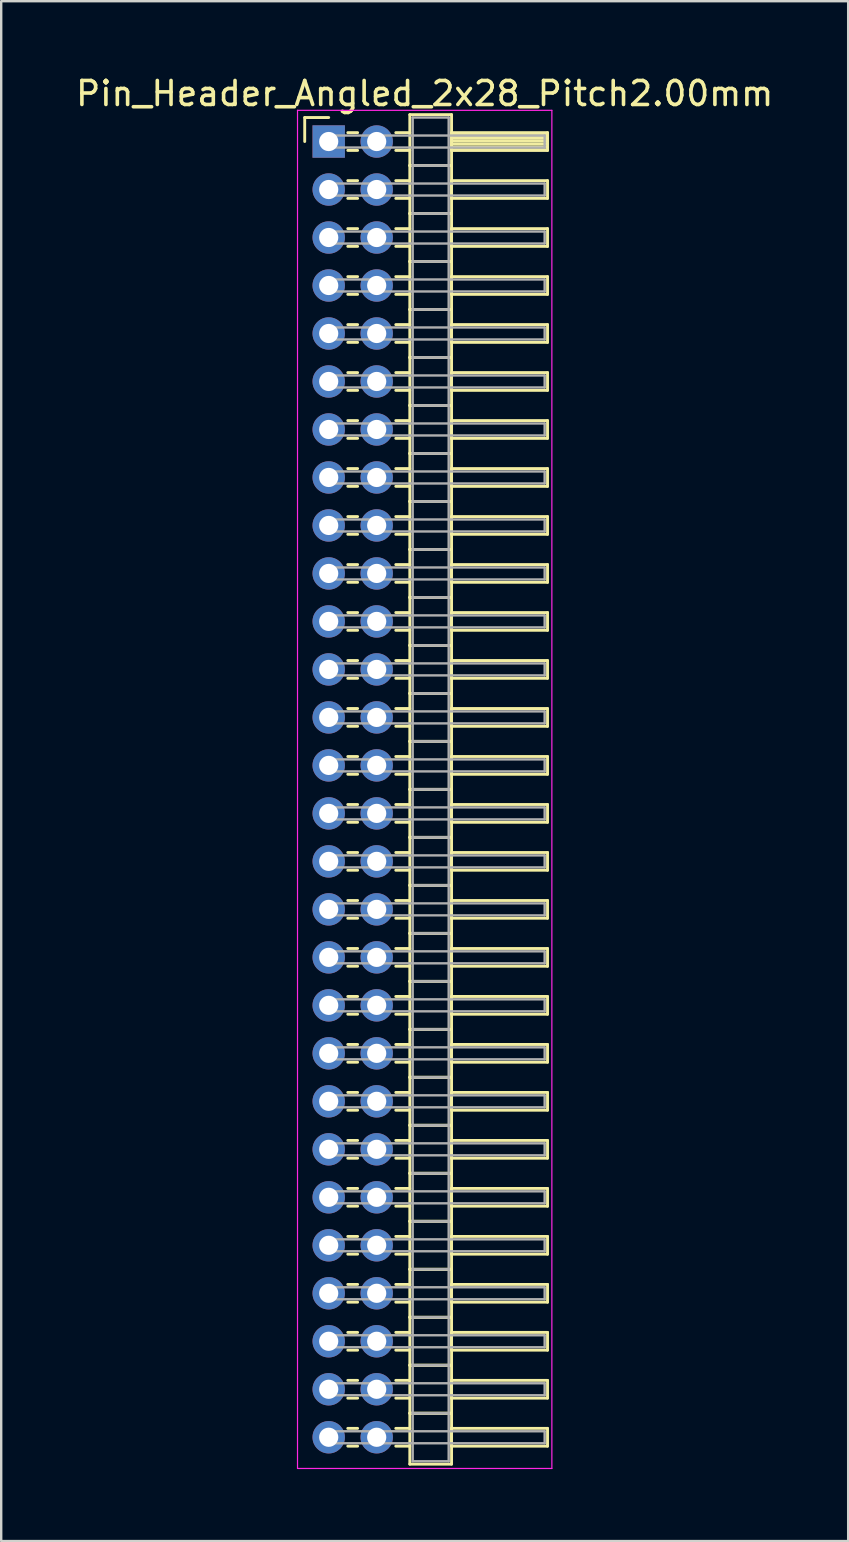
<source format=kicad_pcb>
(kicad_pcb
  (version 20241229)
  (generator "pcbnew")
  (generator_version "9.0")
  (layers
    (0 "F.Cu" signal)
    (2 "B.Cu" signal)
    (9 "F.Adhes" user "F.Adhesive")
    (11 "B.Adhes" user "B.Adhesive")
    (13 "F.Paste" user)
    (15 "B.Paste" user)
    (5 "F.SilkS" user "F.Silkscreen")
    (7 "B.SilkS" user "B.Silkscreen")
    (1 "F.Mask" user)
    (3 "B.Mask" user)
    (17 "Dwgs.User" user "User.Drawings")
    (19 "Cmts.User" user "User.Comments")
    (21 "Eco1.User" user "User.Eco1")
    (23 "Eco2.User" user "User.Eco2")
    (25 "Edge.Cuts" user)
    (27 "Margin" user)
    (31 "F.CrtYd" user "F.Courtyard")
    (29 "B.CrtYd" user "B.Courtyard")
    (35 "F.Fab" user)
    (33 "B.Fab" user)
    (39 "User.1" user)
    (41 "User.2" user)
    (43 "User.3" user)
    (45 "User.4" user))
  (footprint "Pin_Header_Angled_2x28_Pitch2.00mm"
    (layer "F.Cu")
    (at 10.649 2.848)
    (property "Reference" "Pin_Header_Angled_2x28_Pitch2.00mm" (at 4 -2 0) (layer "F.SilkS") (effects (font (size 1 1) (thickness 0.15))))
    (attr through_hole)
    (fp_line (start -1 -1) (end 0 -1) (stroke (width 0.12) (type solid)) (layer "F.SilkS"))
    (fp_line (start -1 0) (end -1 -1) (stroke (width 0.12) (type solid)) (layer "F.SilkS"))
    (fp_line (start 0.795 -0.37) (end 1.205 -0.37) (stroke (width 0.12) (type solid)) (layer "F.SilkS"))
    (fp_line (start 0.795 0.37) (end 1.205 0.37) (stroke (width 0.12) (type solid)) (layer "F.SilkS"))
    (fp_line (start 0.795 1.63) (end 1.205 1.63) (stroke (width 0.12) (type solid)) (layer "F.SilkS"))
    (fp_line (start 0.795 2.37) (end 1.205 2.37) (stroke (width 0.12) (type solid)) (layer "F.SilkS"))
    (fp_line (start 0.795 3.63) (end 1.205 3.63) (stroke (width 0.12) (type solid)) (layer "F.SilkS"))
    (fp_line (start 0.795 4.37) (end 1.205 4.37) (stroke (width 0.12) (type solid)) (layer "F.SilkS"))
    (fp_line (start 0.795 5.63) (end 1.205 5.63) (stroke (width 0.12) (type solid)) (layer "F.SilkS"))
    (fp_line (start 0.795 6.37) (end 1.205 6.37) (stroke (width 0.12) (type solid)) (layer "F.SilkS"))
    (fp_line (start 0.795 7.63) (end 1.205 7.63) (stroke (width 0.12) (type solid)) (layer "F.SilkS"))
    (fp_line (start 0.795 8.37) (end 1.205 8.37) (stroke (width 0.12) (type solid)) (layer "F.SilkS"))
    (fp_line (start 0.795 9.63) (end 1.205 9.63) (stroke (width 0.12) (type solid)) (layer "F.SilkS"))
    (fp_line (start 0.795 10.37) (end 1.205 10.37) (stroke (width 0.12) (type solid)) (layer "F.SilkS"))
    (fp_line (start 0.795 11.63) (end 1.205 11.63) (stroke (width 0.12) (type solid)) (layer "F.SilkS"))
    (fp_line (start 0.795 12.37) (end 1.205 12.37) (stroke (width 0.12) (type solid)) (layer "F.SilkS"))
    (fp_line (start 0.795 13.63) (end 1.205 13.63) (stroke (width 0.12) (type solid)) (layer "F.SilkS"))
    (fp_line (start 0.795 14.37) (end 1.205 14.37) (stroke (width 0.12) (type solid)) (layer "F.SilkS"))
    (fp_line (start 0.795 15.63) (end 1.205 15.63) (stroke (width 0.12) (type solid)) (layer "F.SilkS"))
    (fp_line (start 0.795 16.37) (end 1.205 16.37) (stroke (width 0.12) (type solid)) (layer "F.SilkS"))
    (fp_line (start 0.795 17.63) (end 1.205 17.63) (stroke (width 0.12) (type solid)) (layer "F.SilkS"))
    (fp_line (start 0.795 18.37) (end 1.205 18.37) (stroke (width 0.12) (type solid)) (layer "F.SilkS"))
    (fp_line (start 0.795 19.63) (end 1.205 19.63) (stroke (width 0.12) (type solid)) (layer "F.SilkS"))
    (fp_line (start 0.795 20.37) (end 1.205 20.37) (stroke (width 0.12) (type solid)) (layer "F.SilkS"))
    (fp_line (start 0.795 21.63) (end 1.205 21.63) (stroke (width 0.12) (type solid)) (layer "F.SilkS"))
    (fp_line (start 0.795 22.37) (end 1.205 22.37) (stroke (width 0.12) (type solid)) (layer "F.SilkS"))
    (fp_line (start 0.795 23.63) (end 1.205 23.63) (stroke (width 0.12) (type solid)) (layer "F.SilkS"))
    (fp_line (start 0.795 24.37) (end 1.205 24.37) (stroke (width 0.12) (type solid)) (layer "F.SilkS"))
    (fp_line (start 0.795 25.63) (end 1.205 25.63) (stroke (width 0.12) (type solid)) (layer "F.SilkS"))
    (fp_line (start 0.795 26.37) (end 1.205 26.37) (stroke (width 0.12) (type solid)) (layer "F.SilkS"))
    (fp_line (start 0.795 27.63) (end 1.205 27.63) (stroke (width 0.12) (type solid)) (layer "F.SilkS"))
    (fp_line (start 0.795 28.37) (end 1.205 28.37) (stroke (width 0.12) (type solid)) (layer "F.SilkS"))
    (fp_line (start 0.795 29.63) (end 1.205 29.63) (stroke (width 0.12) (type solid)) (layer "F.SilkS"))
    (fp_line (start 0.795 30.37) (end 1.205 30.37) (stroke (width 0.12) (type solid)) (layer "F.SilkS"))
    (fp_line (start 0.795 31.63) (end 1.205 31.63) (stroke (width 0.12) (type solid)) (layer "F.SilkS"))
    (fp_line (start 0.795 32.37) (end 1.205 32.37) (stroke (width 0.12) (type solid)) (layer "F.SilkS"))
    (fp_line (start 0.795 33.63) (end 1.205 33.63) (stroke (width 0.12) (type solid)) (layer "F.SilkS"))
    (fp_line (start 0.795 34.37) (end 1.205 34.37) (stroke (width 0.12) (type solid)) (layer "F.SilkS"))
    (fp_line (start 0.795 35.63) (end 1.205 35.63) (stroke (width 0.12) (type solid)) (layer "F.SilkS"))
    (fp_line (start 0.795 36.37) (end 1.205 36.37) (stroke (width 0.12) (type solid)) (layer "F.SilkS"))
    (fp_line (start 0.795 37.63) (end 1.205 37.63) (stroke (width 0.12) (type solid)) (layer "F.SilkS"))
    (fp_line (start 0.795 38.37) (end 1.205 38.37) (stroke (width 0.12) (type solid)) (layer "F.SilkS"))
    (fp_line (start 0.795 39.63) (end 1.205 39.63) (stroke (width 0.12) (type solid)) (layer "F.SilkS"))
    (fp_line (start 0.795 40.37) (end 1.205 40.37) (stroke (width 0.12) (type solid)) (layer "F.SilkS"))
    (fp_line (start 0.795 41.63) (end 1.205 41.63) (stroke (width 0.12) (type solid)) (layer "F.SilkS"))
    (fp_line (start 0.795 42.37) (end 1.205 42.37) (stroke (width 0.12) (type solid)) (layer "F.SilkS"))
    (fp_line (start 0.795 43.63) (end 1.205 43.63) (stroke (width 0.12) (type solid)) (layer "F.SilkS"))
    (fp_line (start 0.795 44.37) (end 1.205 44.37) (stroke (width 0.12) (type solid)) (layer "F.SilkS"))
    (fp_line (start 0.795 45.63) (end 1.205 45.63) (stroke (width 0.12) (type solid)) (layer "F.SilkS"))
    (fp_line (start 0.795 46.37) (end 1.205 46.37) (stroke (width 0.12) (type solid)) (layer "F.SilkS"))
    (fp_line (start 0.795 47.63) (end 1.205 47.63) (stroke (width 0.12) (type solid)) (layer "F.SilkS"))
    (fp_line (start 0.795 48.37) (end 1.205 48.37) (stroke (width 0.12) (type solid)) (layer "F.SilkS"))
    (fp_line (start 0.795 49.63) (end 1.205 49.63) (stroke (width 0.12) (type solid)) (layer "F.SilkS"))
    (fp_line (start 0.795 50.37) (end 1.205 50.37) (stroke (width 0.12) (type solid)) (layer "F.SilkS"))
    (fp_line (start 0.795 51.63) (end 1.205 51.63) (stroke (width 0.12) (type solid)) (layer "F.SilkS"))
    (fp_line (start 0.795 52.37) (end 1.205 52.37) (stroke (width 0.12) (type solid)) (layer "F.SilkS"))
    (fp_line (start 0.795 53.63) (end 1.205 53.63) (stroke (width 0.12) (type solid)) (layer "F.SilkS"))
    (fp_line (start 0.795 54.37) (end 1.205 54.37) (stroke (width 0.12) (type solid)) (layer "F.SilkS"))
    (fp_line (start 2.795 -0.37) (end 3.38 -0.37) (stroke (width 0.12) (type solid)) (layer "F.SilkS"))
    (fp_line (start 2.795 0.37) (end 3.38 0.37) (stroke (width 0.12) (type solid)) (layer "F.SilkS"))
    (fp_line (start 2.795 1.63) (end 3.38 1.63) (stroke (width 0.12) (type solid)) (layer "F.SilkS"))
    (fp_line (start 2.795 2.37) (end 3.38 2.37) (stroke (width 0.12) (type solid)) (layer "F.SilkS"))
    (fp_line (start 2.795 3.63) (end 3.38 3.63) (stroke (width 0.12) (type solid)) (layer "F.SilkS"))
    (fp_line (start 2.795 4.37) (end 3.38 4.37) (stroke (width 0.12) (type solid)) (layer "F.SilkS"))
    (fp_line (start 2.795 5.63) (end 3.38 5.63) (stroke (width 0.12) (type solid)) (layer "F.SilkS"))
    (fp_line (start 2.795 6.37) (end 3.38 6.37) (stroke (width 0.12) (type solid)) (layer "F.SilkS"))
    (fp_line (start 2.795 7.63) (end 3.38 7.63) (stroke (width 0.12) (type solid)) (layer "F.SilkS"))
    (fp_line (start 2.795 8.37) (end 3.38 8.37) (stroke (width 0.12) (type solid)) (layer "F.SilkS"))
    (fp_line (start 2.795 9.63) (end 3.38 9.63) (stroke (width 0.12) (type solid)) (layer "F.SilkS"))
    (fp_line (start 2.795 10.37) (end 3.38 10.37) (stroke (width 0.12) (type solid)) (layer "F.SilkS"))
    (fp_line (start 2.795 11.63) (end 3.38 11.63) (stroke (width 0.12) (type solid)) (layer "F.SilkS"))
    (fp_line (start 2.795 12.37) (end 3.38 12.37) (stroke (width 0.12) (type solid)) (layer "F.SilkS"))
    (fp_line (start 2.795 13.63) (end 3.38 13.63) (stroke (width 0.12) (type solid)) (layer "F.SilkS"))
    (fp_line (start 2.795 14.37) (end 3.38 14.37) (stroke (width 0.12) (type solid)) (layer "F.SilkS"))
    (fp_line (start 2.795 15.63) (end 3.38 15.63) (stroke (width 0.12) (type solid)) (layer "F.SilkS"))
    (fp_line (start 2.795 16.37) (end 3.38 16.37) (stroke (width 0.12) (type solid)) (layer "F.SilkS"))
    (fp_line (start 2.795 17.63) (end 3.38 17.63) (stroke (width 0.12) (type solid)) (layer "F.SilkS"))
    (fp_line (start 2.795 18.37) (end 3.38 18.37) (stroke (width 0.12) (type solid)) (layer "F.SilkS"))
    (fp_line (start 2.795 19.63) (end 3.38 19.63) (stroke (width 0.12) (type solid)) (layer "F.SilkS"))
    (fp_line (start 2.795 20.37) (end 3.38 20.37) (stroke (width 0.12) (type solid)) (layer "F.SilkS"))
    (fp_line (start 2.795 21.63) (end 3.38 21.63) (stroke (width 0.12) (type solid)) (layer "F.SilkS"))
    (fp_line (start 2.795 22.37) (end 3.38 22.37) (stroke (width 0.12) (type solid)) (layer "F.SilkS"))
    (fp_line (start 2.795 23.63) (end 3.38 23.63) (stroke (width 0.12) (type solid)) (layer "F.SilkS"))
    (fp_line (start 2.795 24.37) (end 3.38 24.37) (stroke (width 0.12) (type solid)) (layer "F.SilkS"))
    (fp_line (start 2.795 25.63) (end 3.38 25.63) (stroke (width 0.12) (type solid)) (layer "F.SilkS"))
    (fp_line (start 2.795 26.37) (end 3.38 26.37) (stroke (width 0.12) (type solid)) (layer "F.SilkS"))
    (fp_line (start 2.795 27.63) (end 3.38 27.63) (stroke (width 0.12) (type solid)) (layer "F.SilkS"))
    (fp_line (start 2.795 28.37) (end 3.38 28.37) (stroke (width 0.12) (type solid)) (layer "F.SilkS"))
    (fp_line (start 2.795 29.63) (end 3.38 29.63) (stroke (width 0.12) (type solid)) (layer "F.SilkS"))
    (fp_line (start 2.795 30.37) (end 3.38 30.37) (stroke (width 0.12) (type solid)) (layer "F.SilkS"))
    (fp_line (start 2.795 31.63) (end 3.38 31.63) (stroke (width 0.12) (type solid)) (layer "F.SilkS"))
    (fp_line (start 2.795 32.37) (end 3.38 32.37) (stroke (width 0.12) (type solid)) (layer "F.SilkS"))
    (fp_line (start 2.795 33.63) (end 3.38 33.63) (stroke (width 0.12) (type solid)) (layer "F.SilkS"))
    (fp_line (start 2.795 34.37) (end 3.38 34.37) (stroke (width 0.12) (type solid)) (layer "F.SilkS"))
    (fp_line (start 2.795 35.63) (end 3.38 35.63) (stroke (width 0.12) (type solid)) (layer "F.SilkS"))
    (fp_line (start 2.795 36.37) (end 3.38 36.37) (stroke (width 0.12) (type solid)) (layer "F.SilkS"))
    (fp_line (start 2.795 37.63) (end 3.38 37.63) (stroke (width 0.12) (type solid)) (layer "F.SilkS"))
    (fp_line (start 2.795 38.37) (end 3.38 38.37) (stroke (width 0.12) (type solid)) (layer "F.SilkS"))
    (fp_line (start 2.795 39.63) (end 3.38 39.63) (stroke (width 0.12) (type solid)) (layer "F.SilkS"))
    (fp_line (start 2.795 40.37) (end 3.38 40.37) (stroke (width 0.12) (type solid)) (layer "F.SilkS"))
    (fp_line (start 2.795 41.63) (end 3.38 41.63) (stroke (width 0.12) (type solid)) (layer "F.SilkS"))
    (fp_line (start 2.795 42.37) (end 3.38 42.37) (stroke (width 0.12) (type solid)) (layer "F.SilkS"))
    (fp_line (start 2.795 43.63) (end 3.38 43.63) (stroke (width 0.12) (type solid)) (layer "F.SilkS"))
    (fp_line (start 2.795 44.37) (end 3.38 44.37) (stroke (width 0.12) (type solid)) (layer "F.SilkS"))
    (fp_line (start 2.795 45.63) (end 3.38 45.63) (stroke (width 0.12) (type solid)) (layer "F.SilkS"))
    (fp_line (start 2.795 46.37) (end 3.38 46.37) (stroke (width 0.12) (type solid)) (layer "F.SilkS"))
    (fp_line (start 2.795 47.63) (end 3.38 47.63) (stroke (width 0.12) (type solid)) (layer "F.SilkS"))
    (fp_line (start 2.795 48.37) (end 3.38 48.37) (stroke (width 0.12) (type solid)) (layer "F.SilkS"))
    (fp_line (start 2.795 49.63) (end 3.38 49.63) (stroke (width 0.12) (type solid)) (layer "F.SilkS"))
    (fp_line (start 2.795 50.37) (end 3.38 50.37) (stroke (width 0.12) (type solid)) (layer "F.SilkS"))
    (fp_line (start 2.795 51.63) (end 3.38 51.63) (stroke (width 0.12) (type solid)) (layer "F.SilkS"))
    (fp_line (start 2.795 52.37) (end 3.38 52.37) (stroke (width 0.12) (type solid)) (layer "F.SilkS"))
    (fp_line (start 2.795 53.63) (end 3.38 53.63) (stroke (width 0.12) (type solid)) (layer "F.SilkS"))
    (fp_line (start 2.795 54.37) (end 3.38 54.37) (stroke (width 0.12) (type solid)) (layer "F.SilkS"))
    (fp_line (start 3.38 -1.12) (end 3.38 1) (stroke (width 0.12) (type solid)) (layer "F.SilkS"))
    (fp_line (start 3.38 1) (end 3.38 3) (stroke (width 0.12) (type solid)) (layer "F.SilkS"))
    (fp_line (start 3.38 1) (end 5.12 1) (stroke (width 0.12) (type solid)) (layer "F.SilkS"))
    (fp_line (start 3.38 3) (end 3.38 5) (stroke (width 0.12) (type solid)) (layer "F.SilkS"))
    (fp_line (start 3.38 3) (end 5.12 3) (stroke (width 0.12) (type solid)) (layer "F.SilkS"))
    (fp_line (start 3.38 5) (end 3.38 7) (stroke (width 0.12) (type solid)) (layer "F.SilkS"))
    (fp_line (start 3.38 5) (end 5.12 5) (stroke (width 0.12) (type solid)) (layer "F.SilkS"))
    (fp_line (start 3.38 7) (end 3.38 9) (stroke (width 0.12) (type solid)) (layer "F.SilkS"))
    (fp_line (start 3.38 7) (end 5.12 7) (stroke (width 0.12) (type solid)) (layer "F.SilkS"))
    (fp_line (start 3.38 9) (end 3.38 11) (stroke (width 0.12) (type solid)) (layer "F.SilkS"))
    (fp_line (start 3.38 9) (end 5.12 9) (stroke (width 0.12) (type solid)) (layer "F.SilkS"))
    (fp_line (start 3.38 11) (end 3.38 13) (stroke (width 0.12) (type solid)) (layer "F.SilkS"))
    (fp_line (start 3.38 11) (end 5.12 11) (stroke (width 0.12) (type solid)) (layer "F.SilkS"))
    (fp_line (start 3.38 13) (end 3.38 15) (stroke (width 0.12) (type solid)) (layer "F.SilkS"))
    (fp_line (start 3.38 13) (end 5.12 13) (stroke (width 0.12) (type solid)) (layer "F.SilkS"))
    (fp_line (start 3.38 15) (end 3.38 17) (stroke (width 0.12) (type solid)) (layer "F.SilkS"))
    (fp_line (start 3.38 15) (end 5.12 15) (stroke (width 0.12) (type solid)) (layer "F.SilkS"))
    (fp_line (start 3.38 17) (end 3.38 19) (stroke (width 0.12) (type solid)) (layer "F.SilkS"))
    (fp_line (start 3.38 17) (end 5.12 17) (stroke (width 0.12) (type solid)) (layer "F.SilkS"))
    (fp_line (start 3.38 19) (end 3.38 21) (stroke (width 0.12) (type solid)) (layer "F.SilkS"))
    (fp_line (start 3.38 19) (end 5.12 19) (stroke (width 0.12) (type solid)) (layer "F.SilkS"))
    (fp_line (start 3.38 21) (end 3.38 23) (stroke (width 0.12) (type solid)) (layer "F.SilkS"))
    (fp_line (start 3.38 21) (end 5.12 21) (stroke (width 0.12) (type solid)) (layer "F.SilkS"))
    (fp_line (start 3.38 23) (end 3.38 25) (stroke (width 0.12) (type solid)) (layer "F.SilkS"))
    (fp_line (start 3.38 23) (end 5.12 23) (stroke (width 0.12) (type solid)) (layer "F.SilkS"))
    (fp_line (start 3.38 25) (end 3.38 27) (stroke (width 0.12) (type solid)) (layer "F.SilkS"))
    (fp_line (start 3.38 25) (end 5.12 25) (stroke (width 0.12) (type solid)) (layer "F.SilkS"))
    (fp_line (start 3.38 27) (end 3.38 29) (stroke (width 0.12) (type solid)) (layer "F.SilkS"))
    (fp_line (start 3.38 27) (end 5.12 27) (stroke (width 0.12) (type solid)) (layer "F.SilkS"))
    (fp_line (start 3.38 29) (end 3.38 31) (stroke (width 0.12) (type solid)) (layer "F.SilkS"))
    (fp_line (start 3.38 29) (end 5.12 29) (stroke (width 0.12) (type solid)) (layer "F.SilkS"))
    (fp_line (start 3.38 31) (end 3.38 33) (stroke (width 0.12) (type solid)) (layer "F.SilkS"))
    (fp_line (start 3.38 31) (end 5.12 31) (stroke (width 0.12) (type solid)) (layer "F.SilkS"))
    (fp_line (start 3.38 33) (end 3.38 35) (stroke (width 0.12) (type solid)) (layer "F.SilkS"))
    (fp_line (start 3.38 33) (end 5.12 33) (stroke (width 0.12) (type solid)) (layer "F.SilkS"))
    (fp_line (start 3.38 35) (end 3.38 37) (stroke (width 0.12) (type solid)) (layer "F.SilkS"))
    (fp_line (start 3.38 35) (end 5.12 35) (stroke (width 0.12) (type solid)) (layer "F.SilkS"))
    (fp_line (start 3.38 37) (end 3.38 39) (stroke (width 0.12) (type solid)) (layer "F.SilkS"))
    (fp_line (start 3.38 37) (end 5.12 37) (stroke (width 0.12) (type solid)) (layer "F.SilkS"))
    (fp_line (start 3.38 39) (end 3.38 41) (stroke (width 0.12) (type solid)) (layer "F.SilkS"))
    (fp_line (start 3.38 39) (end 5.12 39) (stroke (width 0.12) (type solid)) (layer "F.SilkS"))
    (fp_line (start 3.38 41) (end 3.38 43) (stroke (width 0.12) (type solid)) (layer "F.SilkS"))
    (fp_line (start 3.38 41) (end 5.12 41) (stroke (width 0.12) (type solid)) (layer "F.SilkS"))
    (fp_line (start 3.38 43) (end 3.38 45) (stroke (width 0.12) (type solid)) (layer "F.SilkS"))
    (fp_line (start 3.38 43) (end 5.12 43) (stroke (width 0.12) (type solid)) (layer "F.SilkS"))
    (fp_line (start 3.38 45) (end 3.38 47) (stroke (width 0.12) (type solid)) (layer "F.SilkS"))
    (fp_line (start 3.38 45) (end 5.12 45) (stroke (width 0.12) (type solid)) (layer "F.SilkS"))
    (fp_line (start 3.38 47) (end 3.38 49) (stroke (width 0.12) (type solid)) (layer "F.SilkS"))
    (fp_line (start 3.38 47) (end 5.12 47) (stroke (width 0.12) (type solid)) (layer "F.SilkS"))
    (fp_line (start 3.38 49) (end 3.38 51) (stroke (width 0.12) (type solid)) (layer "F.SilkS"))
    (fp_line (start 3.38 49) (end 5.12 49) (stroke (width 0.12) (type solid)) (layer "F.SilkS"))
    (fp_line (start 3.38 51) (end 3.38 53) (stroke (width 0.12) (type solid)) (layer "F.SilkS"))
    (fp_line (start 3.38 51) (end 5.12 51) (stroke (width 0.12) (type solid)) (layer "F.SilkS"))
    (fp_line (start 3.38 53) (end 3.38 55.12) (stroke (width 0.12) (type solid)) (layer "F.SilkS"))
    (fp_line (start 3.38 53) (end 5.12 53) (stroke (width 0.12) (type solid)) (layer "F.SilkS"))
    (fp_line (start 3.38 55.12) (end 5.12 55.12) (stroke (width 0.12) (type solid)) (layer "F.SilkS"))
    (fp_line (start 5.12 -1.12) (end 3.38 -1.12) (stroke (width 0.12) (type solid)) (layer "F.SilkS"))
    (fp_line (start 5.12 -0.37) (end 5.12 0.37) (stroke (width 0.12) (type solid)) (layer "F.SilkS"))
    (fp_line (start 5.12 -0.25) (end 9.12 -0.25) (stroke (width 0.12) (type solid)) (layer "F.SilkS"))
    (fp_line (start 5.12 -0.13) (end 9.12 -0.13) (stroke (width 0.12) (type solid)) (layer "F.SilkS"))
    (fp_line (start 5.12 -0.01) (end 9.12 -0.01) (stroke (width 0.12) (type solid)) (layer "F.SilkS"))
    (fp_line (start 5.12 0.11) (end 9.12 0.11) (stroke (width 0.12) (type solid)) (layer "F.SilkS"))
    (fp_line (start 5.12 0.23) (end 9.12 0.23) (stroke (width 0.12) (type solid)) (layer "F.SilkS"))
    (fp_line (start 5.12 0.35) (end 9.12 0.35) (stroke (width 0.12) (type solid)) (layer "F.SilkS"))
    (fp_line (start 5.12 0.37) (end 9.12 0.37) (stroke (width 0.12) (type solid)) (layer "F.SilkS"))
    (fp_line (start 5.12 1) (end 3.38 1) (stroke (width 0.12) (type solid)) (layer "F.SilkS"))
    (fp_line (start 5.12 1) (end 5.12 -1.12) (stroke (width 0.12) (type solid)) (layer "F.SilkS"))
    (fp_line (start 5.12 1.63) (end 5.12 2.37) (stroke (width 0.12) (type solid)) (layer "F.SilkS"))
    (fp_line (start 5.12 2.37) (end 9.12 2.37) (stroke (width 0.12) (type solid)) (layer "F.SilkS"))
    (fp_line (start 5.12 3) (end 3.38 3) (stroke (width 0.12) (type solid)) (layer "F.SilkS"))
    (fp_line (start 5.12 3) (end 5.12 1) (stroke (width 0.12) (type solid)) (layer "F.SilkS"))
    (fp_line (start 5.12 3.63) (end 5.12 4.37) (stroke (width 0.12) (type solid)) (layer "F.SilkS"))
    (fp_line (start 5.12 4.37) (end 9.12 4.37) (stroke (width 0.12) (type solid)) (layer "F.SilkS"))
    (fp_line (start 5.12 5) (end 3.38 5) (stroke (width 0.12) (type solid)) (layer "F.SilkS"))
    (fp_line (start 5.12 5) (end 5.12 3) (stroke (width 0.12) (type solid)) (layer "F.SilkS"))
    (fp_line (start 5.12 5.63) (end 5.12 6.37) (stroke (width 0.12) (type solid)) (layer "F.SilkS"))
    (fp_line (start 5.12 6.37) (end 9.12 6.37) (stroke (width 0.12) (type solid)) (layer "F.SilkS"))
    (fp_line (start 5.12 7) (end 3.38 7) (stroke (width 0.12) (type solid)) (layer "F.SilkS"))
    (fp_line (start 5.12 7) (end 5.12 5) (stroke (width 0.12) (type solid)) (layer "F.SilkS"))
    (fp_line (start 5.12 7.63) (end 5.12 8.37) (stroke (width 0.12) (type solid)) (layer "F.SilkS"))
    (fp_line (start 5.12 8.37) (end 9.12 8.37) (stroke (width 0.12) (type solid)) (layer "F.SilkS"))
    (fp_line (start 5.12 9) (end 3.38 9) (stroke (width 0.12) (type solid)) (layer "F.SilkS"))
    (fp_line (start 5.12 9) (end 5.12 7) (stroke (width 0.12) (type solid)) (layer "F.SilkS"))
    (fp_line (start 5.12 9.63) (end 5.12 10.37) (stroke (width 0.12) (type solid)) (layer "F.SilkS"))
    (fp_line (start 5.12 10.37) (end 9.12 10.37) (stroke (width 0.12) (type solid)) (layer "F.SilkS"))
    (fp_line (start 5.12 11) (end 3.38 11) (stroke (width 0.12) (type solid)) (layer "F.SilkS"))
    (fp_line (start 5.12 11) (end 5.12 9) (stroke (width 0.12) (type solid)) (layer "F.SilkS"))
    (fp_line (start 5.12 11.63) (end 5.12 12.37) (stroke (width 0.12) (type solid)) (layer "F.SilkS"))
    (fp_line (start 5.12 12.37) (end 9.12 12.37) (stroke (width 0.12) (type solid)) (layer "F.SilkS"))
    (fp_line (start 5.12 13) (end 3.38 13) (stroke (width 0.12) (type solid)) (layer "F.SilkS"))
    (fp_line (start 5.12 13) (end 5.12 11) (stroke (width 0.12) (type solid)) (layer "F.SilkS"))
    (fp_line (start 5.12 13.63) (end 5.12 14.37) (stroke (width 0.12) (type solid)) (layer "F.SilkS"))
    (fp_line (start 5.12 14.37) (end 9.12 14.37) (stroke (width 0.12) (type solid)) (layer "F.SilkS"))
    (fp_line (start 5.12 15) (end 3.38 15) (stroke (width 0.12) (type solid)) (layer "F.SilkS"))
    (fp_line (start 5.12 15) (end 5.12 13) (stroke (width 0.12) (type solid)) (layer "F.SilkS"))
    (fp_line (start 5.12 15.63) (end 5.12 16.37) (stroke (width 0.12) (type solid)) (layer "F.SilkS"))
    (fp_line (start 5.12 16.37) (end 9.12 16.37) (stroke (width 0.12) (type solid)) (layer "F.SilkS"))
    (fp_line (start 5.12 17) (end 3.38 17) (stroke (width 0.12) (type solid)) (layer "F.SilkS"))
    (fp_line (start 5.12 17) (end 5.12 15) (stroke (width 0.12) (type solid)) (layer "F.SilkS"))
    (fp_line (start 5.12 17.63) (end 5.12 18.37) (stroke (width 0.12) (type solid)) (layer "F.SilkS"))
    (fp_line (start 5.12 18.37) (end 9.12 18.37) (stroke (width 0.12) (type solid)) (layer "F.SilkS"))
    (fp_line (start 5.12 19) (end 3.38 19) (stroke (width 0.12) (type solid)) (layer "F.SilkS"))
    (fp_line (start 5.12 19) (end 5.12 17) (stroke (width 0.12) (type solid)) (layer "F.SilkS"))
    (fp_line (start 5.12 19.63) (end 5.12 20.37) (stroke (width 0.12) (type solid)) (layer "F.SilkS"))
    (fp_line (start 5.12 20.37) (end 9.12 20.37) (stroke (width 0.12) (type solid)) (layer "F.SilkS"))
    (fp_line (start 5.12 21) (end 3.38 21) (stroke (width 0.12) (type solid)) (layer "F.SilkS"))
    (fp_line (start 5.12 21) (end 5.12 19) (stroke (width 0.12) (type solid)) (layer "F.SilkS"))
    (fp_line (start 5.12 21.63) (end 5.12 22.37) (stroke (width 0.12) (type solid)) (layer "F.SilkS"))
    (fp_line (start 5.12 22.37) (end 9.12 22.37) (stroke (width 0.12) (type solid)) (layer "F.SilkS"))
    (fp_line (start 5.12 23) (end 3.38 23) (stroke (width 0.12) (type solid)) (layer "F.SilkS"))
    (fp_line (start 5.12 23) (end 5.12 21) (stroke (width 0.12) (type solid)) (layer "F.SilkS"))
    (fp_line (start 5.12 23.63) (end 5.12 24.37) (stroke (width 0.12) (type solid)) (layer "F.SilkS"))
    (fp_line (start 5.12 24.37) (end 9.12 24.37) (stroke (width 0.12) (type solid)) (layer "F.SilkS"))
    (fp_line (start 5.12 25) (end 3.38 25) (stroke (width 0.12) (type solid)) (layer "F.SilkS"))
    (fp_line (start 5.12 25) (end 5.12 23) (stroke (width 0.12) (type solid)) (layer "F.SilkS"))
    (fp_line (start 5.12 25.63) (end 5.12 26.37) (stroke (width 0.12) (type solid)) (layer "F.SilkS"))
    (fp_line (start 5.12 26.37) (end 9.12 26.37) (stroke (width 0.12) (type solid)) (layer "F.SilkS"))
    (fp_line (start 5.12 27) (end 3.38 27) (stroke (width 0.12) (type solid)) (layer "F.SilkS"))
    (fp_line (start 5.12 27) (end 5.12 25) (stroke (width 0.12) (type solid)) (layer "F.SilkS"))
    (fp_line (start 5.12 27.63) (end 5.12 28.37) (stroke (width 0.12) (type solid)) (layer "F.SilkS"))
    (fp_line (start 5.12 28.37) (end 9.12 28.37) (stroke (width 0.12) (type solid)) (layer "F.SilkS"))
    (fp_line (start 5.12 29) (end 3.38 29) (stroke (width 0.12) (type solid)) (layer "F.SilkS"))
    (fp_line (start 5.12 29) (end 5.12 27) (stroke (width 0.12) (type solid)) (layer "F.SilkS"))
    (fp_line (start 5.12 29.63) (end 5.12 30.37) (stroke (width 0.12) (type solid)) (layer "F.SilkS"))
    (fp_line (start 5.12 30.37) (end 9.12 30.37) (stroke (width 0.12) (type solid)) (layer "F.SilkS"))
    (fp_line (start 5.12 31) (end 3.38 31) (stroke (width 0.12) (type solid)) (layer "F.SilkS"))
    (fp_line (start 5.12 31) (end 5.12 29) (stroke (width 0.12) (type solid)) (layer "F.SilkS"))
    (fp_line (start 5.12 31.63) (end 5.12 32.37) (stroke (width 0.12) (type solid)) (layer "F.SilkS"))
    (fp_line (start 5.12 32.37) (end 9.12 32.37) (stroke (width 0.12) (type solid)) (layer "F.SilkS"))
    (fp_line (start 5.12 33) (end 3.38 33) (stroke (width 0.12) (type solid)) (layer "F.SilkS"))
    (fp_line (start 5.12 33) (end 5.12 31) (stroke (width 0.12) (type solid)) (layer "F.SilkS"))
    (fp_line (start 5.12 33.63) (end 5.12 34.37) (stroke (width 0.12) (type solid)) (layer "F.SilkS"))
    (fp_line (start 5.12 34.37) (end 9.12 34.37) (stroke (width 0.12) (type solid)) (layer "F.SilkS"))
    (fp_line (start 5.12 35) (end 3.38 35) (stroke (width 0.12) (type solid)) (layer "F.SilkS"))
    (fp_line (start 5.12 35) (end 5.12 33) (stroke (width 0.12) (type solid)) (layer "F.SilkS"))
    (fp_line (start 5.12 35.63) (end 5.12 36.37) (stroke (width 0.12) (type solid)) (layer "F.SilkS"))
    (fp_line (start 5.12 36.37) (end 9.12 36.37) (stroke (width 0.12) (type solid)) (layer "F.SilkS"))
    (fp_line (start 5.12 37) (end 3.38 37) (stroke (width 0.12) (type solid)) (layer "F.SilkS"))
    (fp_line (start 5.12 37) (end 5.12 35) (stroke (width 0.12) (type solid)) (layer "F.SilkS"))
    (fp_line (start 5.12 37.63) (end 5.12 38.37) (stroke (width 0.12) (type solid)) (layer "F.SilkS"))
    (fp_line (start 5.12 38.37) (end 9.12 38.37) (stroke (width 0.12) (type solid)) (layer "F.SilkS"))
    (fp_line (start 5.12 39) (end 3.38 39) (stroke (width 0.12) (type solid)) (layer "F.SilkS"))
    (fp_line (start 5.12 39) (end 5.12 37) (stroke (width 0.12) (type solid)) (layer "F.SilkS"))
    (fp_line (start 5.12 39.63) (end 5.12 40.37) (stroke (width 0.12) (type solid)) (layer "F.SilkS"))
    (fp_line (start 5.12 40.37) (end 9.12 40.37) (stroke (width 0.12) (type solid)) (layer "F.SilkS"))
    (fp_line (start 5.12 41) (end 3.38 41) (stroke (width 0.12) (type solid)) (layer "F.SilkS"))
    (fp_line (start 5.12 41) (end 5.12 39) (stroke (width 0.12) (type solid)) (layer "F.SilkS"))
    (fp_line (start 5.12 41.63) (end 5.12 42.37) (stroke (width 0.12) (type solid)) (layer "F.SilkS"))
    (fp_line (start 5.12 42.37) (end 9.12 42.37) (stroke (width 0.12) (type solid)) (layer "F.SilkS"))
    (fp_line (start 5.12 43) (end 3.38 43) (stroke (width 0.12) (type solid)) (layer "F.SilkS"))
    (fp_line (start 5.12 43) (end 5.12 41) (stroke (width 0.12) (type solid)) (layer "F.SilkS"))
    (fp_line (start 5.12 43.63) (end 5.12 44.37) (stroke (width 0.12) (type solid)) (layer "F.SilkS"))
    (fp_line (start 5.12 44.37) (end 9.12 44.37) (stroke (width 0.12) (type solid)) (layer "F.SilkS"))
    (fp_line (start 5.12 45) (end 3.38 45) (stroke (width 0.12) (type solid)) (layer "F.SilkS"))
    (fp_line (start 5.12 45) (end 5.12 43) (stroke (width 0.12) (type solid)) (layer "F.SilkS"))
    (fp_line (start 5.12 45.63) (end 5.12 46.37) (stroke (width 0.12) (type solid)) (layer "F.SilkS"))
    (fp_line (start 5.12 46.37) (end 9.12 46.37) (stroke (width 0.12) (type solid)) (layer "F.SilkS"))
    (fp_line (start 5.12 47) (end 3.38 47) (stroke (width 0.12) (type solid)) (layer "F.SilkS"))
    (fp_line (start 5.12 47) (end 5.12 45) (stroke (width 0.12) (type solid)) (layer "F.SilkS"))
    (fp_line (start 5.12 47.63) (end 5.12 48.37) (stroke (width 0.12) (type solid)) (layer "F.SilkS"))
    (fp_line (start 5.12 48.37) (end 9.12 48.37) (stroke (width 0.12) (type solid)) (layer "F.SilkS"))
    (fp_line (start 5.12 49) (end 3.38 49) (stroke (width 0.12) (type solid)) (layer "F.SilkS"))
    (fp_line (start 5.12 49) (end 5.12 47) (stroke (width 0.12) (type solid)) (layer "F.SilkS"))
    (fp_line (start 5.12 49.63) (end 5.12 50.37) (stroke (width 0.12) (type solid)) (layer "F.SilkS"))
    (fp_line (start 5.12 50.37) (end 9.12 50.37) (stroke (width 0.12) (type solid)) (layer "F.SilkS"))
    (fp_line (start 5.12 51) (end 3.38 51) (stroke (width 0.12) (type solid)) (layer "F.SilkS"))
    (fp_line (start 5.12 51) (end 5.12 49) (stroke (width 0.12) (type solid)) (layer "F.SilkS"))
    (fp_line (start 5.12 51.63) (end 5.12 52.37) (stroke (width 0.12) (type solid)) (layer "F.SilkS"))
    (fp_line (start 5.12 52.37) (end 9.12 52.37) (stroke (width 0.12) (type solid)) (layer "F.SilkS"))
    (fp_line (start 5.12 53) (end 3.38 53) (stroke (width 0.12) (type solid)) (layer "F.SilkS"))
    (fp_line (start 5.12 53) (end 5.12 51) (stroke (width 0.12) (type solid)) (layer "F.SilkS"))
    (fp_line (start 5.12 53.63) (end 5.12 54.37) (stroke (width 0.12) (type solid)) (layer "F.SilkS"))
    (fp_line (start 5.12 54.37) (end 9.12 54.37) (stroke (width 0.12) (type solid)) (layer "F.SilkS"))
    (fp_line (start 5.12 55.12) (end 5.12 53) (stroke (width 0.12) (type solid)) (layer "F.SilkS"))
    (fp_line (start 9.12 -0.37) (end 5.12 -0.37) (stroke (width 0.12) (type solid)) (layer "F.SilkS"))
    (fp_line (start 9.12 0.37) (end 9.12 -0.37) (stroke (width 0.12) (type solid)) (layer "F.SilkS"))
    (fp_line (start 9.12 1.63) (end 5.12 1.63) (stroke (width 0.12) (type solid)) (layer "F.SilkS"))
    (fp_line (start 9.12 2.37) (end 9.12 1.63) (stroke (width 0.12) (type solid)) (layer "F.SilkS"))
    (fp_line (start 9.12 3.63) (end 5.12 3.63) (stroke (width 0.12) (type solid)) (layer "F.SilkS"))
    (fp_line (start 9.12 4.37) (end 9.12 3.63) (stroke (width 0.12) (type solid)) (layer "F.SilkS"))
    (fp_line (start 9.12 5.63) (end 5.12 5.63) (stroke (width 0.12) (type solid)) (layer "F.SilkS"))
    (fp_line (start 9.12 6.37) (end 9.12 5.63) (stroke (width 0.12) (type solid)) (layer "F.SilkS"))
    (fp_line (start 9.12 7.63) (end 5.12 7.63) (stroke (width 0.12) (type solid)) (layer "F.SilkS"))
    (fp_line (start 9.12 8.37) (end 9.12 7.63) (stroke (width 0.12) (type solid)) (layer "F.SilkS"))
    (fp_line (start 9.12 9.63) (end 5.12 9.63) (stroke (width 0.12) (type solid)) (layer "F.SilkS"))
    (fp_line (start 9.12 10.37) (end 9.12 9.63) (stroke (width 0.12) (type solid)) (layer "F.SilkS"))
    (fp_line (start 9.12 11.63) (end 5.12 11.63) (stroke (width 0.12) (type solid)) (layer "F.SilkS"))
    (fp_line (start 9.12 12.37) (end 9.12 11.63) (stroke (width 0.12) (type solid)) (layer "F.SilkS"))
    (fp_line (start 9.12 13.63) (end 5.12 13.63) (stroke (width 0.12) (type solid)) (layer "F.SilkS"))
    (fp_line (start 9.12 14.37) (end 9.12 13.63) (stroke (width 0.12) (type solid)) (layer "F.SilkS"))
    (fp_line (start 9.12 15.63) (end 5.12 15.63) (stroke (width 0.12) (type solid)) (layer "F.SilkS"))
    (fp_line (start 9.12 16.37) (end 9.12 15.63) (stroke (width 0.12) (type solid)) (layer "F.SilkS"))
    (fp_line (start 9.12 17.63) (end 5.12 17.63) (stroke (width 0.12) (type solid)) (layer "F.SilkS"))
    (fp_line (start 9.12 18.37) (end 9.12 17.63) (stroke (width 0.12) (type solid)) (layer "F.SilkS"))
    (fp_line (start 9.12 19.63) (end 5.12 19.63) (stroke (width 0.12) (type solid)) (layer "F.SilkS"))
    (fp_line (start 9.12 20.37) (end 9.12 19.63) (stroke (width 0.12) (type solid)) (layer "F.SilkS"))
    (fp_line (start 9.12 21.63) (end 5.12 21.63) (stroke (width 0.12) (type solid)) (layer "F.SilkS"))
    (fp_line (start 9.12 22.37) (end 9.12 21.63) (stroke (width 0.12) (type solid)) (layer "F.SilkS"))
    (fp_line (start 9.12 23.63) (end 5.12 23.63) (stroke (width 0.12) (type solid)) (layer "F.SilkS"))
    (fp_line (start 9.12 24.37) (end 9.12 23.63) (stroke (width 0.12) (type solid)) (layer "F.SilkS"))
    (fp_line (start 9.12 25.63) (end 5.12 25.63) (stroke (width 0.12) (type solid)) (layer "F.SilkS"))
    (fp_line (start 9.12 26.37) (end 9.12 25.63) (stroke (width 0.12) (type solid)) (layer "F.SilkS"))
    (fp_line (start 9.12 27.63) (end 5.12 27.63) (stroke (width 0.12) (type solid)) (layer "F.SilkS"))
    (fp_line (start 9.12 28.37) (end 9.12 27.63) (stroke (width 0.12) (type solid)) (layer "F.SilkS"))
    (fp_line (start 9.12 29.63) (end 5.12 29.63) (stroke (width 0.12) (type solid)) (layer "F.SilkS"))
    (fp_line (start 9.12 30.37) (end 9.12 29.63) (stroke (width 0.12) (type solid)) (layer "F.SilkS"))
    (fp_line (start 9.12 31.63) (end 5.12 31.63) (stroke (width 0.12) (type solid)) (layer "F.SilkS"))
    (fp_line (start 9.12 32.37) (end 9.12 31.63) (stroke (width 0.12) (type solid)) (layer "F.SilkS"))
    (fp_line (start 9.12 33.63) (end 5.12 33.63) (stroke (width 0.12) (type solid)) (layer "F.SilkS"))
    (fp_line (start 9.12 34.37) (end 9.12 33.63) (stroke (width 0.12) (type solid)) (layer "F.SilkS"))
    (fp_line (start 9.12 35.63) (end 5.12 35.63) (stroke (width 0.12) (type solid)) (layer "F.SilkS"))
    (fp_line (start 9.12 36.37) (end 9.12 35.63) (stroke (width 0.12) (type solid)) (layer "F.SilkS"))
    (fp_line (start 9.12 37.63) (end 5.12 37.63) (stroke (width 0.12) (type solid)) (layer "F.SilkS"))
    (fp_line (start 9.12 38.37) (end 9.12 37.63) (stroke (width 0.12) (type solid)) (layer "F.SilkS"))
    (fp_line (start 9.12 39.63) (end 5.12 39.63) (stroke (width 0.12) (type solid)) (layer "F.SilkS"))
    (fp_line (start 9.12 40.37) (end 9.12 39.63) (stroke (width 0.12) (type solid)) (layer "F.SilkS"))
    (fp_line (start 9.12 41.63) (end 5.12 41.63) (stroke (width 0.12) (type solid)) (layer "F.SilkS"))
    (fp_line (start 9.12 42.37) (end 9.12 41.63) (stroke (width 0.12) (type solid)) (layer "F.SilkS"))
    (fp_line (start 9.12 43.63) (end 5.12 43.63) (stroke (width 0.12) (type solid)) (layer "F.SilkS"))
    (fp_line (start 9.12 44.37) (end 9.12 43.63) (stroke (width 0.12) (type solid)) (layer "F.SilkS"))
    (fp_line (start 9.12 45.63) (end 5.12 45.63) (stroke (width 0.12) (type solid)) (layer "F.SilkS"))
    (fp_line (start 9.12 46.37) (end 9.12 45.63) (stroke (width 0.12) (type solid)) (layer "F.SilkS"))
    (fp_line (start 9.12 47.63) (end 5.12 47.63) (stroke (width 0.12) (type solid)) (layer "F.SilkS"))
    (fp_line (start 9.12 48.37) (end 9.12 47.63) (stroke (width 0.12) (type solid)) (layer "F.SilkS"))
    (fp_line (start 9.12 49.63) (end 5.12 49.63) (stroke (width 0.12) (type solid)) (layer "F.SilkS"))
    (fp_line (start 9.12 50.37) (end 9.12 49.63) (stroke (width 0.12) (type solid)) (layer "F.SilkS"))
    (fp_line (start 9.12 51.63) (end 5.12 51.63) (stroke (width 0.12) (type solid)) (layer "F.SilkS"))
    (fp_line (start 9.12 52.37) (end 9.12 51.63) (stroke (width 0.12) (type solid)) (layer "F.SilkS"))
    (fp_line (start 9.12 53.63) (end 5.12 53.63) (stroke (width 0.12) (type solid)) (layer "F.SilkS"))
    (fp_line (start 9.12 54.37) (end 9.12 53.63) (stroke (width 0.12) (type solid)) (layer "F.SilkS"))
    (fp_line (start -1.3 -1.3) (end -1.3 55.3) (stroke (width 0.05) (type solid)) (layer "F.CrtYd"))
    (fp_line (start -1.3 55.3) (end 9.3 55.3) (stroke (width 0.05) (type solid)) (layer "F.CrtYd"))
    (fp_line (start 9.3 -1.3) (end -1.3 -1.3) (stroke (width 0.05) (type solid)) (layer "F.CrtYd"))
    (fp_line (start 9.3 55.3) (end 9.3 -1.3) (stroke (width 0.05) (type solid)) (layer "F.CrtYd"))
    (fp_line (start 0 -0.25) (end 0 0.25) (stroke (width 0.1) (type solid)) (layer "F.Fab"))
    (fp_line (start 0 0.25) (end 9 0.25) (stroke (width 0.1) (type solid)) (layer "F.Fab"))
    (fp_line (start 0 1.75) (end 0 2.25) (stroke (width 0.1) (type solid)) (layer "F.Fab"))
    (fp_line (start 0 2.25) (end 9 2.25) (stroke (width 0.1) (type solid)) (layer "F.Fab"))
    (fp_line (start 0 3.75) (end 0 4.25) (stroke (width 0.1) (type solid)) (layer "F.Fab"))
    (fp_line (start 0 4.25) (end 9 4.25) (stroke (width 0.1) (type solid)) (layer "F.Fab"))
    (fp_line (start 0 5.75) (end 0 6.25) (stroke (width 0.1) (type solid)) (layer "F.Fab"))
    (fp_line (start 0 6.25) (end 9 6.25) (stroke (width 0.1) (type solid)) (layer "F.Fab"))
    (fp_line (start 0 7.75) (end 0 8.25) (stroke (width 0.1) (type solid)) (layer "F.Fab"))
    (fp_line (start 0 8.25) (end 9 8.25) (stroke (width 0.1) (type solid)) (layer "F.Fab"))
    (fp_line (start 0 9.75) (end 0 10.25) (stroke (width 0.1) (type solid)) (layer "F.Fab"))
    (fp_line (start 0 10.25) (end 9 10.25) (stroke (width 0.1) (type solid)) (layer "F.Fab"))
    (fp_line (start 0 11.75) (end 0 12.25) (stroke (width 0.1) (type solid)) (layer "F.Fab"))
    (fp_line (start 0 12.25) (end 9 12.25) (stroke (width 0.1) (type solid)) (layer "F.Fab"))
    (fp_line (start 0 13.75) (end 0 14.25) (stroke (width 0.1) (type solid)) (layer "F.Fab"))
    (fp_line (start 0 14.25) (end 9 14.25) (stroke (width 0.1) (type solid)) (layer "F.Fab"))
    (fp_line (start 0 15.75) (end 0 16.25) (stroke (width 0.1) (type solid)) (layer "F.Fab"))
    (fp_line (start 0 16.25) (end 9 16.25) (stroke (width 0.1) (type solid)) (layer "F.Fab"))
    (fp_line (start 0 17.75) (end 0 18.25) (stroke (width 0.1) (type solid)) (layer "F.Fab"))
    (fp_line (start 0 18.25) (end 9 18.25) (stroke (width 0.1) (type solid)) (layer "F.Fab"))
    (fp_line (start 0 19.75) (end 0 20.25) (stroke (width 0.1) (type solid)) (layer "F.Fab"))
    (fp_line (start 0 20.25) (end 9 20.25) (stroke (width 0.1) (type solid)) (layer "F.Fab"))
    (fp_line (start 0 21.75) (end 0 22.25) (stroke (width 0.1) (type solid)) (layer "F.Fab"))
    (fp_line (start 0 22.25) (end 9 22.25) (stroke (width 0.1) (type solid)) (layer "F.Fab"))
    (fp_line (start 0 23.75) (end 0 24.25) (stroke (width 0.1) (type solid)) (layer "F.Fab"))
    (fp_line (start 0 24.25) (end 9 24.25) (stroke (width 0.1) (type solid)) (layer "F.Fab"))
    (fp_line (start 0 25.75) (end 0 26.25) (stroke (width 0.1) (type solid)) (layer "F.Fab"))
    (fp_line (start 0 26.25) (end 9 26.25) (stroke (width 0.1) (type solid)) (layer "F.Fab"))
    (fp_line (start 0 27.75) (end 0 28.25) (stroke (width 0.1) (type solid)) (layer "F.Fab"))
    (fp_line (start 0 28.25) (end 9 28.25) (stroke (width 0.1) (type solid)) (layer "F.Fab"))
    (fp_line (start 0 29.75) (end 0 30.25) (stroke (width 0.1) (type solid)) (layer "F.Fab"))
    (fp_line (start 0 30.25) (end 9 30.25) (stroke (width 0.1) (type solid)) (layer "F.Fab"))
    (fp_line (start 0 31.75) (end 0 32.25) (stroke (width 0.1) (type solid)) (layer "F.Fab"))
    (fp_line (start 0 32.25) (end 9 32.25) (stroke (width 0.1) (type solid)) (layer "F.Fab"))
    (fp_line (start 0 33.75) (end 0 34.25) (stroke (width 0.1) (type solid)) (layer "F.Fab"))
    (fp_line (start 0 34.25) (end 9 34.25) (stroke (width 0.1) (type solid)) (layer "F.Fab"))
    (fp_line (start 0 35.75) (end 0 36.25) (stroke (width 0.1) (type solid)) (layer "F.Fab"))
    (fp_line (start 0 36.25) (end 9 36.25) (stroke (width 0.1) (type solid)) (layer "F.Fab"))
    (fp_line (start 0 37.75) (end 0 38.25) (stroke (width 0.1) (type solid)) (layer "F.Fab"))
    (fp_line (start 0 38.25) (end 9 38.25) (stroke (width 0.1) (type solid)) (layer "F.Fab"))
    (fp_line (start 0 39.75) (end 0 40.25) (stroke (width 0.1) (type solid)) (layer "F.Fab"))
    (fp_line (start 0 40.25) (end 9 40.25) (stroke (width 0.1) (type solid)) (layer "F.Fab"))
    (fp_line (start 0 41.75) (end 0 42.25) (stroke (width 0.1) (type solid)) (layer "F.Fab"))
    (fp_line (start 0 42.25) (end 9 42.25) (stroke (width 0.1) (type solid)) (layer "F.Fab"))
    (fp_line (start 0 43.75) (end 0 44.25) (stroke (width 0.1) (type solid)) (layer "F.Fab"))
    (fp_line (start 0 44.25) (end 9 44.25) (stroke (width 0.1) (type solid)) (layer "F.Fab"))
    (fp_line (start 0 45.75) (end 0 46.25) (stroke (width 0.1) (type solid)) (layer "F.Fab"))
    (fp_line (start 0 46.25) (end 9 46.25) (stroke (width 0.1) (type solid)) (layer "F.Fab"))
    (fp_line (start 0 47.75) (end 0 48.25) (stroke (width 0.1) (type solid)) (layer "F.Fab"))
    (fp_line (start 0 48.25) (end 9 48.25) (stroke (width 0.1) (type solid)) (layer "F.Fab"))
    (fp_line (start 0 49.75) (end 0 50.25) (stroke (width 0.1) (type solid)) (layer "F.Fab"))
    (fp_line (start 0 50.25) (end 9 50.25) (stroke (width 0.1) (type solid)) (layer "F.Fab"))
    (fp_line (start 0 51.75) (end 0 52.25) (stroke (width 0.1) (type solid)) (layer "F.Fab"))
    (fp_line (start 0 52.25) (end 9 52.25) (stroke (width 0.1) (type solid)) (layer "F.Fab"))
    (fp_line (start 0 53.75) (end 0 54.25) (stroke (width 0.1) (type solid)) (layer "F.Fab"))
    (fp_line (start 0 54.25) (end 9 54.25) (stroke (width 0.1) (type solid)) (layer "F.Fab"))
    (fp_line (start 3.5 -1) (end 3.5 1) (stroke (width 0.1) (type solid)) (layer "F.Fab"))
    (fp_line (start 3.5 1) (end 3.5 3) (stroke (width 0.1) (type solid)) (layer "F.Fab"))
    (fp_line (start 3.5 1) (end 5 1) (stroke (width 0.1) (type solid)) (layer "F.Fab"))
    (fp_line (start 3.5 3) (end 3.5 5) (stroke (width 0.1) (type solid)) (layer "F.Fab"))
    (fp_line (start 3.5 3) (end 5 3) (stroke (width 0.1) (type solid)) (layer "F.Fab"))
    (fp_line (start 3.5 5) (end 3.5 7) (stroke (width 0.1) (type solid)) (layer "F.Fab"))
    (fp_line (start 3.5 5) (end 5 5) (stroke (width 0.1) (type solid)) (layer "F.Fab"))
    (fp_line (start 3.5 7) (end 3.5 9) (stroke (width 0.1) (type solid)) (layer "F.Fab"))
    (fp_line (start 3.5 7) (end 5 7) (stroke (width 0.1) (type solid)) (layer "F.Fab"))
    (fp_line (start 3.5 9) (end 3.5 11) (stroke (width 0.1) (type solid)) (layer "F.Fab"))
    (fp_line (start 3.5 9) (end 5 9) (stroke (width 0.1) (type solid)) (layer "F.Fab"))
    (fp_line (start 3.5 11) (end 3.5 13) (stroke (width 0.1) (type solid)) (layer "F.Fab"))
    (fp_line (start 3.5 11) (end 5 11) (stroke (width 0.1) (type solid)) (layer "F.Fab"))
    (fp_line (start 3.5 13) (end 3.5 15) (stroke (width 0.1) (type solid)) (layer "F.Fab"))
    (fp_line (start 3.5 13) (end 5 13) (stroke (width 0.1) (type solid)) (layer "F.Fab"))
    (fp_line (start 3.5 15) (end 3.5 17) (stroke (width 0.1) (type solid)) (layer "F.Fab"))
    (fp_line (start 3.5 15) (end 5 15) (stroke (width 0.1) (type solid)) (layer "F.Fab"))
    (fp_line (start 3.5 17) (end 3.5 19) (stroke (width 0.1) (type solid)) (layer "F.Fab"))
    (fp_line (start 3.5 17) (end 5 17) (stroke (width 0.1) (type solid)) (layer "F.Fab"))
    (fp_line (start 3.5 19) (end 3.5 21) (stroke (width 0.1) (type solid)) (layer "F.Fab"))
    (fp_line (start 3.5 19) (end 5 19) (stroke (width 0.1) (type solid)) (layer "F.Fab"))
    (fp_line (start 3.5 21) (end 3.5 23) (stroke (width 0.1) (type solid)) (layer "F.Fab"))
    (fp_line (start 3.5 21) (end 5 21) (stroke (width 0.1) (type solid)) (layer "F.Fab"))
    (fp_line (start 3.5 23) (end 3.5 25) (stroke (width 0.1) (type solid)) (layer "F.Fab"))
    (fp_line (start 3.5 23) (end 5 23) (stroke (width 0.1) (type solid)) (layer "F.Fab"))
    (fp_line (start 3.5 25) (end 3.5 27) (stroke (width 0.1) (type solid)) (layer "F.Fab"))
    (fp_line (start 3.5 25) (end 5 25) (stroke (width 0.1) (type solid)) (layer "F.Fab"))
    (fp_line (start 3.5 27) (end 3.5 29) (stroke (width 0.1) (type solid)) (layer "F.Fab"))
    (fp_line (start 3.5 27) (end 5 27) (stroke (width 0.1) (type solid)) (layer "F.Fab"))
    (fp_line (start 3.5 29) (end 3.5 31) (stroke (width 0.1) (type solid)) (layer "F.Fab"))
    (fp_line (start 3.5 29) (end 5 29) (stroke (width 0.1) (type solid)) (layer "F.Fab"))
    (fp_line (start 3.5 31) (end 3.5 33) (stroke (width 0.1) (type solid)) (layer "F.Fab"))
    (fp_line (start 3.5 31) (end 5 31) (stroke (width 0.1) (type solid)) (layer "F.Fab"))
    (fp_line (start 3.5 33) (end 3.5 35) (stroke (width 0.1) (type solid)) (layer "F.Fab"))
    (fp_line (start 3.5 33) (end 5 33) (stroke (width 0.1) (type solid)) (layer "F.Fab"))
    (fp_line (start 3.5 35) (end 3.5 37) (stroke (width 0.1) (type solid)) (layer "F.Fab"))
    (fp_line (start 3.5 35) (end 5 35) (stroke (width 0.1) (type solid)) (layer "F.Fab"))
    (fp_line (start 3.5 37) (end 3.5 39) (stroke (width 0.1) (type solid)) (layer "F.Fab"))
    (fp_line (start 3.5 37) (end 5 37) (stroke (width 0.1) (type solid)) (layer "F.Fab"))
    (fp_line (start 3.5 39) (end 3.5 41) (stroke (width 0.1) (type solid)) (layer "F.Fab"))
    (fp_line (start 3.5 39) (end 5 39) (stroke (width 0.1) (type solid)) (layer "F.Fab"))
    (fp_line (start 3.5 41) (end 3.5 43) (stroke (width 0.1) (type solid)) (layer "F.Fab"))
    (fp_line (start 3.5 41) (end 5 41) (stroke (width 0.1) (type solid)) (layer "F.Fab"))
    (fp_line (start 3.5 43) (end 3.5 45) (stroke (width 0.1) (type solid)) (layer "F.Fab"))
    (fp_line (start 3.5 43) (end 5 43) (stroke (width 0.1) (type solid)) (layer "F.Fab"))
    (fp_line (start 3.5 45) (end 3.5 47) (stroke (width 0.1) (type solid)) (layer "F.Fab"))
    (fp_line (start 3.5 45) (end 5 45) (stroke (width 0.1) (type solid)) (layer "F.Fab"))
    (fp_line (start 3.5 47) (end 3.5 49) (stroke (width 0.1) (type solid)) (layer "F.Fab"))
    (fp_line (start 3.5 47) (end 5 47) (stroke (width 0.1) (type solid)) (layer "F.Fab"))
    (fp_line (start 3.5 49) (end 3.5 51) (stroke (width 0.1) (type solid)) (layer "F.Fab"))
    (fp_line (start 3.5 49) (end 5 49) (stroke (width 0.1) (type solid)) (layer "F.Fab"))
    (fp_line (start 3.5 51) (end 3.5 53) (stroke (width 0.1) (type solid)) (layer "F.Fab"))
    (fp_line (start 3.5 51) (end 5 51) (stroke (width 0.1) (type solid)) (layer "F.Fab"))
    (fp_line (start 3.5 53) (end 3.5 55) (stroke (width 0.1) (type solid)) (layer "F.Fab"))
    (fp_line (start 3.5 53) (end 5 53) (stroke (width 0.1) (type solid)) (layer "F.Fab"))
    (fp_line (start 3.5 55) (end 5 55) (stroke (width 0.1) (type solid)) (layer "F.Fab"))
    (fp_line (start 5 -1) (end 3.5 -1) (stroke (width 0.1) (type solid)) (layer "F.Fab"))
    (fp_line (start 5 1) (end 3.5 1) (stroke (width 0.1) (type solid)) (layer "F.Fab"))
    (fp_line (start 5 1) (end 5 -1) (stroke (width 0.1) (type solid)) (layer "F.Fab"))
    (fp_line (start 5 3) (end 3.5 3) (stroke (width 0.1) (type solid)) (layer "F.Fab"))
    (fp_line (start 5 3) (end 5 1) (stroke (width 0.1) (type solid)) (layer "F.Fab"))
    (fp_line (start 5 5) (end 3.5 5) (stroke (width 0.1) (type solid)) (layer "F.Fab"))
    (fp_line (start 5 5) (end 5 3) (stroke (width 0.1) (type solid)) (layer "F.Fab"))
    (fp_line (start 5 7) (end 3.5 7) (stroke (width 0.1) (type solid)) (layer "F.Fab"))
    (fp_line (start 5 7) (end 5 5) (stroke (width 0.1) (type solid)) (layer "F.Fab"))
    (fp_line (start 5 9) (end 3.5 9) (stroke (width 0.1) (type solid)) (layer "F.Fab"))
    (fp_line (start 5 9) (end 5 7) (stroke (width 0.1) (type solid)) (layer "F.Fab"))
    (fp_line (start 5 11) (end 3.5 11) (stroke (width 0.1) (type solid)) (layer "F.Fab"))
    (fp_line (start 5 11) (end 5 9) (stroke (width 0.1) (type solid)) (layer "F.Fab"))
    (fp_line (start 5 13) (end 3.5 13) (stroke (width 0.1) (type solid)) (layer "F.Fab"))
    (fp_line (start 5 13) (end 5 11) (stroke (width 0.1) (type solid)) (layer "F.Fab"))
    (fp_line (start 5 15) (end 3.5 15) (stroke (width 0.1) (type solid)) (layer "F.Fab"))
    (fp_line (start 5 15) (end 5 13) (stroke (width 0.1) (type solid)) (layer "F.Fab"))
    (fp_line (start 5 17) (end 3.5 17) (stroke (width 0.1) (type solid)) (layer "F.Fab"))
    (fp_line (start 5 17) (end 5 15) (stroke (width 0.1) (type solid)) (layer "F.Fab"))
    (fp_line (start 5 19) (end 3.5 19) (stroke (width 0.1) (type solid)) (layer "F.Fab"))
    (fp_line (start 5 19) (end 5 17) (stroke (width 0.1) (type solid)) (layer "F.Fab"))
    (fp_line (start 5 21) (end 3.5 21) (stroke (width 0.1) (type solid)) (layer "F.Fab"))
    (fp_line (start 5 21) (end 5 19) (stroke (width 0.1) (type solid)) (layer "F.Fab"))
    (fp_line (start 5 23) (end 3.5 23) (stroke (width 0.1) (type solid)) (layer "F.Fab"))
    (fp_line (start 5 23) (end 5 21) (stroke (width 0.1) (type solid)) (layer "F.Fab"))
    (fp_line (start 5 25) (end 3.5 25) (stroke (width 0.1) (type solid)) (layer "F.Fab"))
    (fp_line (start 5 25) (end 5 23) (stroke (width 0.1) (type solid)) (layer "F.Fab"))
    (fp_line (start 5 27) (end 3.5 27) (stroke (width 0.1) (type solid)) (layer "F.Fab"))
    (fp_line (start 5 27) (end 5 25) (stroke (width 0.1) (type solid)) (layer "F.Fab"))
    (fp_line (start 5 29) (end 3.5 29) (stroke (width 0.1) (type solid)) (layer "F.Fab"))
    (fp_line (start 5 29) (end 5 27) (stroke (width 0.1) (type solid)) (layer "F.Fab"))
    (fp_line (start 5 31) (end 3.5 31) (stroke (width 0.1) (type solid)) (layer "F.Fab"))
    (fp_line (start 5 31) (end 5 29) (stroke (width 0.1) (type solid)) (layer "F.Fab"))
    (fp_line (start 5 33) (end 3.5 33) (stroke (width 0.1) (type solid)) (layer "F.Fab"))
    (fp_line (start 5 33) (end 5 31) (stroke (width 0.1) (type solid)) (layer "F.Fab"))
    (fp_line (start 5 35) (end 3.5 35) (stroke (width 0.1) (type solid)) (layer "F.Fab"))
    (fp_line (start 5 35) (end 5 33) (stroke (width 0.1) (type solid)) (layer "F.Fab"))
    (fp_line (start 5 37) (end 3.5 37) (stroke (width 0.1) (type solid)) (layer "F.Fab"))
    (fp_line (start 5 37) (end 5 35) (stroke (width 0.1) (type solid)) (layer "F.Fab"))
    (fp_line (start 5 39) (end 3.5 39) (stroke (width 0.1) (type solid)) (layer "F.Fab"))
    (fp_line (start 5 39) (end 5 37) (stroke (width 0.1) (type solid)) (layer "F.Fab"))
    (fp_line (start 5 41) (end 3.5 41) (stroke (width 0.1) (type solid)) (layer "F.Fab"))
    (fp_line (start 5 41) (end 5 39) (stroke (width 0.1) (type solid)) (layer "F.Fab"))
    (fp_line (start 5 43) (end 3.5 43) (stroke (width 0.1) (type solid)) (layer "F.Fab"))
    (fp_line (start 5 43) (end 5 41) (stroke (width 0.1) (type solid)) (layer "F.Fab"))
    (fp_line (start 5 45) (end 3.5 45) (stroke (width 0.1) (type solid)) (layer "F.Fab"))
    (fp_line (start 5 45) (end 5 43) (stroke (width 0.1) (type solid)) (layer "F.Fab"))
    (fp_line (start 5 47) (end 3.5 47) (stroke (width 0.1) (type solid)) (layer "F.Fab"))
    (fp_line (start 5 47) (end 5 45) (stroke (width 0.1) (type solid)) (layer "F.Fab"))
    (fp_line (start 5 49) (end 3.5 49) (stroke (width 0.1) (type solid)) (layer "F.Fab"))
    (fp_line (start 5 49) (end 5 47) (stroke (width 0.1) (type solid)) (layer "F.Fab"))
    (fp_line (start 5 51) (end 3.5 51) (stroke (width 0.1) (type solid)) (layer "F.Fab"))
    (fp_line (start 5 51) (end 5 49) (stroke (width 0.1) (type solid)) (layer "F.Fab"))
    (fp_line (start 5 53) (end 3.5 53) (stroke (width 0.1) (type solid)) (layer "F.Fab"))
    (fp_line (start 5 53) (end 5 51) (stroke (width 0.1) (type solid)) (layer "F.Fab"))
    (fp_line (start 5 55) (end 5 53) (stroke (width 0.1) (type solid)) (layer "F.Fab"))
    (fp_line (start 9 -0.25) (end 0 -0.25) (stroke (width 0.1) (type solid)) (layer "F.Fab"))
    (fp_line (start 9 0.25) (end 9 -0.25) (stroke (width 0.1) (type solid)) (layer "F.Fab"))
    (fp_line (start 9 1.75) (end 0 1.75) (stroke (width 0.1) (type solid)) (layer "F.Fab"))
    (fp_line (start 9 2.25) (end 9 1.75) (stroke (width 0.1) (type solid)) (layer "F.Fab"))
    (fp_line (start 9 3.75) (end 0 3.75) (stroke (width 0.1) (type solid)) (layer "F.Fab"))
    (fp_line (start 9 4.25) (end 9 3.75) (stroke (width 0.1) (type solid)) (layer "F.Fab"))
    (fp_line (start 9 5.75) (end 0 5.75) (stroke (width 0.1) (type solid)) (layer "F.Fab"))
    (fp_line (start 9 6.25) (end 9 5.75) (stroke (width 0.1) (type solid)) (layer "F.Fab"))
    (fp_line (start 9 7.75) (end 0 7.75) (stroke (width 0.1) (type solid)) (layer "F.Fab"))
    (fp_line (start 9 8.25) (end 9 7.75) (stroke (width 0.1) (type solid)) (layer "F.Fab"))
    (fp_line (start 9 9.75) (end 0 9.75) (stroke (width 0.1) (type solid)) (layer "F.Fab"))
    (fp_line (start 9 10.25) (end 9 9.75) (stroke (width 0.1) (type solid)) (layer "F.Fab"))
    (fp_line (start 9 11.75) (end 0 11.75) (stroke (width 0.1) (type solid)) (layer "F.Fab"))
    (fp_line (start 9 12.25) (end 9 11.75) (stroke (width 0.1) (type solid)) (layer "F.Fab"))
    (fp_line (start 9 13.75) (end 0 13.75) (stroke (width 0.1) (type solid)) (layer "F.Fab"))
    (fp_line (start 9 14.25) (end 9 13.75) (stroke (width 0.1) (type solid)) (layer "F.Fab"))
    (fp_line (start 9 15.75) (end 0 15.75) (stroke (width 0.1) (type solid)) (layer "F.Fab"))
    (fp_line (start 9 16.25) (end 9 15.75) (stroke (width 0.1) (type solid)) (layer "F.Fab"))
    (fp_line (start 9 17.75) (end 0 17.75) (stroke (width 0.1) (type solid)) (layer "F.Fab"))
    (fp_line (start 9 18.25) (end 9 17.75) (stroke (width 0.1) (type solid)) (layer "F.Fab"))
    (fp_line (start 9 19.75) (end 0 19.75) (stroke (width 0.1) (type solid)) (layer "F.Fab"))
    (fp_line (start 9 20.25) (end 9 19.75) (stroke (width 0.1) (type solid)) (layer "F.Fab"))
    (fp_line (start 9 21.75) (end 0 21.75) (stroke (width 0.1) (type solid)) (layer "F.Fab"))
    (fp_line (start 9 22.25) (end 9 21.75) (stroke (width 0.1) (type solid)) (layer "F.Fab"))
    (fp_line (start 9 23.75) (end 0 23.75) (stroke (width 0.1) (type solid)) (layer "F.Fab"))
    (fp_line (start 9 24.25) (end 9 23.75) (stroke (width 0.1) (type solid)) (layer "F.Fab"))
    (fp_line (start 9 25.75) (end 0 25.75) (stroke (width 0.1) (type solid)) (layer "F.Fab"))
    (fp_line (start 9 26.25) (end 9 25.75) (stroke (width 0.1) (type solid)) (layer "F.Fab"))
    (fp_line (start 9 27.75) (end 0 27.75) (stroke (width 0.1) (type solid)) (layer "F.Fab"))
    (fp_line (start 9 28.25) (end 9 27.75) (stroke (width 0.1) (type solid)) (layer "F.Fab"))
    (fp_line (start 9 29.75) (end 0 29.75) (stroke (width 0.1) (type solid)) (layer "F.Fab"))
    (fp_line (start 9 30.25) (end 9 29.75) (stroke (width 0.1) (type solid)) (layer "F.Fab"))
    (fp_line (start 9 31.75) (end 0 31.75) (stroke (width 0.1) (type solid)) (layer "F.Fab"))
    (fp_line (start 9 32.25) (end 9 31.75) (stroke (width 0.1) (type solid)) (layer "F.Fab"))
    (fp_line (start 9 33.75) (end 0 33.75) (stroke (width 0.1) (type solid)) (layer "F.Fab"))
    (fp_line (start 9 34.25) (end 9 33.75) (stroke (width 0.1) (type solid)) (layer "F.Fab"))
    (fp_line (start 9 35.75) (end 0 35.75) (stroke (width 0.1) (type solid)) (layer "F.Fab"))
    (fp_line (start 9 36.25) (end 9 35.75) (stroke (width 0.1) (type solid)) (layer "F.Fab"))
    (fp_line (start 9 37.75) (end 0 37.75) (stroke (width 0.1) (type solid)) (layer "F.Fab"))
    (fp_line (start 9 38.25) (end 9 37.75) (stroke (width 0.1) (type solid)) (layer "F.Fab"))
    (fp_line (start 9 39.75) (end 0 39.75) (stroke (width 0.1) (type solid)) (layer "F.Fab"))
    (fp_line (start 9 40.25) (end 9 39.75) (stroke (width 0.1) (type solid)) (layer "F.Fab"))
    (fp_line (start 9 41.75) (end 0 41.75) (stroke (width 0.1) (type solid)) (layer "F.Fab"))
    (fp_line (start 9 42.25) (end 9 41.75) (stroke (width 0.1) (type solid)) (layer "F.Fab"))
    (fp_line (start 9 43.75) (end 0 43.75) (stroke (width 0.1) (type solid)) (layer "F.Fab"))
    (fp_line (start 9 44.25) (end 9 43.75) (stroke (width 0.1) (type solid)) (layer "F.Fab"))
    (fp_line (start 9 45.75) (end 0 45.75) (stroke (width 0.1) (type solid)) (layer "F.Fab"))
    (fp_line (start 9 46.25) (end 9 45.75) (stroke (width 0.1) (type solid)) (layer "F.Fab"))
    (fp_line (start 9 47.75) (end 0 47.75) (stroke (width 0.1) (type solid)) (layer "F.Fab"))
    (fp_line (start 9 48.25) (end 9 47.75) (stroke (width 0.1) (type solid)) (layer "F.Fab"))
    (fp_line (start 9 49.75) (end 0 49.75) (stroke (width 0.1) (type solid)) (layer "F.Fab"))
    (fp_line (start 9 50.25) (end 9 49.75) (stroke (width 0.1) (type solid)) (layer "F.Fab"))
    (fp_line (start 9 51.75) (end 0 51.75) (stroke (width 0.1) (type solid)) (layer "F.Fab"))
    (fp_line (start 9 52.25) (end 9 51.75) (stroke (width 0.1) (type solid)) (layer "F.Fab"))
    (fp_line (start 9 53.75) (end 0 53.75) (stroke (width 0.1) (type solid)) (layer "F.Fab"))
    (fp_line (start 9 54.25) (end 9 53.75) (stroke (width 0.1) (type solid)) (layer "F.Fab"))
    (pad "1" thru_hole rect (at 0 0) (size 1.35 1.35) (drill 0.8) (layers "*.Cu" "*.Mask"))
    (pad "2" thru_hole oval (at 2 0) (size 1.35 1.35) (drill 0.8) (layers "*.Cu" "*.Mask"))
    (pad "3" thru_hole oval (at 0 2) (size 1.35 1.35) (drill 0.8) (layers "*.Cu" "*.Mask"))
    (pad "4" thru_hole oval (at 2 2) (size 1.35 1.35) (drill 0.8) (layers "*.Cu" "*.Mask"))
    (pad "5" thru_hole oval (at 0 4) (size 1.35 1.35) (drill 0.8) (layers "*.Cu" "*.Mask"))
    (pad "6" thru_hole oval (at 2 4) (size 1.35 1.35) (drill 0.8) (layers "*.Cu" "*.Mask"))
    (pad "7" thru_hole oval (at 0 6) (size 1.35 1.35) (drill 0.8) (layers "*.Cu" "*.Mask"))
    (pad "8" thru_hole oval (at 2 6) (size 1.35 1.35) (drill 0.8) (layers "*.Cu" "*.Mask"))
    (pad "9" thru_hole oval (at 0 8) (size 1.35 1.35) (drill 0.8) (layers "*.Cu" "*.Mask"))
    (pad "10" thru_hole oval (at 2 8) (size 1.35 1.35) (drill 0.8) (layers "*.Cu" "*.Mask"))
    (pad "11" thru_hole oval (at 0 10) (size 1.35 1.35) (drill 0.8) (layers "*.Cu" "*.Mask"))
    (pad "12" thru_hole oval (at 2 10) (size 1.35 1.35) (drill 0.8) (layers "*.Cu" "*.Mask"))
    (pad "13" thru_hole oval (at 0 12) (size 1.35 1.35) (drill 0.8) (layers "*.Cu" "*.Mask"))
    (pad "14" thru_hole oval (at 2 12) (size 1.35 1.35) (drill 0.8) (layers "*.Cu" "*.Mask"))
    (pad "15" thru_hole oval (at 0 14) (size 1.35 1.35) (drill 0.8) (layers "*.Cu" "*.Mask"))
    (pad "16" thru_hole oval (at 2 14) (size 1.35 1.35) (drill 0.8) (layers "*.Cu" "*.Mask"))
    (pad "17" thru_hole oval (at 0 16) (size 1.35 1.35) (drill 0.8) (layers "*.Cu" "*.Mask"))
    (pad "18" thru_hole oval (at 2 16) (size 1.35 1.35) (drill 0.8) (layers "*.Cu" "*.Mask"))
    (pad "19" thru_hole oval (at 0 18) (size 1.35 1.35) (drill 0.8) (layers "*.Cu" "*.Mask"))
    (pad "20" thru_hole oval (at 2 18) (size 1.35 1.35) (drill 0.8) (layers "*.Cu" "*.Mask"))
    (pad "21" thru_hole oval (at 0 20) (size 1.35 1.35) (drill 0.8) (layers "*.Cu" "*.Mask"))
    (pad "22" thru_hole oval (at 2 20) (size 1.35 1.35) (drill 0.8) (layers "*.Cu" "*.Mask"))
    (pad "23" thru_hole oval (at 0 22) (size 1.35 1.35) (drill 0.8) (layers "*.Cu" "*.Mask"))
    (pad "24" thru_hole oval (at 2 22) (size 1.35 1.35) (drill 0.8) (layers "*.Cu" "*.Mask"))
    (pad "25" thru_hole oval (at 0 24) (size 1.35 1.35) (drill 0.8) (layers "*.Cu" "*.Mask"))
    (pad "26" thru_hole oval (at 2 24) (size 1.35 1.35) (drill 0.8) (layers "*.Cu" "*.Mask"))
    (pad "27" thru_hole oval (at 0 26) (size 1.35 1.35) (drill 0.8) (layers "*.Cu" "*.Mask"))
    (pad "28" thru_hole oval (at 2 26) (size 1.35 1.35) (drill 0.8) (layers "*.Cu" "*.Mask"))
    (pad "29" thru_hole oval (at 0 28) (size 1.35 1.35) (drill 0.8) (layers "*.Cu" "*.Mask"))
    (pad "30" thru_hole oval (at 2 28) (size 1.35 1.35) (drill 0.8) (layers "*.Cu" "*.Mask"))
    (pad "31" thru_hole oval (at 0 30) (size 1.35 1.35) (drill 0.8) (layers "*.Cu" "*.Mask"))
    (pad "32" thru_hole oval (at 2 30) (size 1.35 1.35) (drill 0.8) (layers "*.Cu" "*.Mask"))
    (pad "33" thru_hole oval (at 0 32) (size 1.35 1.35) (drill 0.8) (layers "*.Cu" "*.Mask"))
    (pad "34" thru_hole oval (at 2 32) (size 1.35 1.35) (drill 0.8) (layers "*.Cu" "*.Mask"))
    (pad "35" thru_hole oval (at 0 34) (size 1.35 1.35) (drill 0.8) (layers "*.Cu" "*.Mask"))
    (pad "36" thru_hole oval (at 2 34) (size 1.35 1.35) (drill 0.8) (layers "*.Cu" "*.Mask"))
    (pad "37" thru_hole oval (at 0 36) (size 1.35 1.35) (drill 0.8) (layers "*.Cu" "*.Mask"))
    (pad "38" thru_hole oval (at 2 36) (size 1.35 1.35) (drill 0.8) (layers "*.Cu" "*.Mask"))
    (pad "39" thru_hole oval (at 0 38) (size 1.35 1.35) (drill 0.8) (layers "*.Cu" "*.Mask"))
    (pad "40" thru_hole oval (at 2 38) (size 1.35 1.35) (drill 0.8) (layers "*.Cu" "*.Mask"))
    (pad "41" thru_hole oval (at 0 40) (size 1.35 1.35) (drill 0.8) (layers "*.Cu" "*.Mask"))
    (pad "42" thru_hole oval (at 2 40) (size 1.35 1.35) (drill 0.8) (layers "*.Cu" "*.Mask"))
    (pad "43" thru_hole oval (at 0 42) (size 1.35 1.35) (drill 0.8) (layers "*.Cu" "*.Mask"))
    (pad "44" thru_hole oval (at 2 42) (size 1.35 1.35) (drill 0.8) (layers "*.Cu" "*.Mask"))
    (pad "45" thru_hole oval (at 0 44) (size 1.35 1.35) (drill 0.8) (layers "*.Cu" "*.Mask"))
    (pad "46" thru_hole oval (at 2 44) (size 1.35 1.35) (drill 0.8) (layers "*.Cu" "*.Mask"))
    (pad "47" thru_hole oval (at 0 46) (size 1.35 1.35) (drill 0.8) (layers "*.Cu" "*.Mask"))
    (pad "48" thru_hole oval (at 2 46) (size 1.35 1.35) (drill 0.8) (layers "*.Cu" "*.Mask"))
    (pad "49" thru_hole oval (at 0 48) (size 1.35 1.35) (drill 0.8) (layers "*.Cu" "*.Mask"))
    (pad "50" thru_hole oval (at 2 48) (size 1.35 1.35) (drill 0.8) (layers "*.Cu" "*.Mask"))
    (pad "51" thru_hole oval (at 0 50) (size 1.35 1.35) (drill 0.8) (layers "*.Cu" "*.Mask"))
    (pad "52" thru_hole oval (at 2 50) (size 1.35 1.35) (drill 0.8) (layers "*.Cu" "*.Mask"))
    (pad "53" thru_hole oval (at 0 52) (size 1.35 1.35) (drill 0.8) (layers "*.Cu" "*.Mask"))
    (pad "54" thru_hole oval (at 2 52) (size 1.35 1.35) (drill 0.8) (layers "*.Cu" "*.Mask"))
    (pad "55" thru_hole oval (at 0 54) (size 1.35 1.35) (drill 0.8) (layers "*.Cu" "*.Mask"))
    (pad "56" thru_hole oval (at 2 54) (size 1.35 1.35) (drill 0.8) (layers "*.Cu" "*.Mask")))
  (gr_rect
    (start -3 -3)
    (end 32.298 61.173)
    (stroke (width 0.1) (type default))
    (fill no)
    (layer "Edge.Cuts")))
</source>
